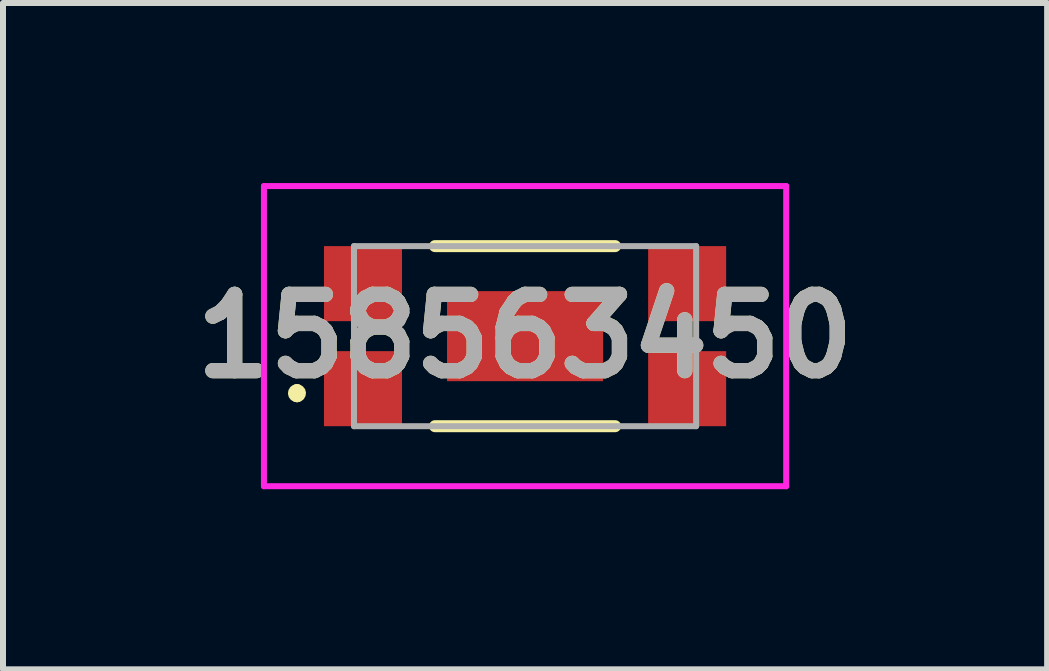
<source format=kicad_pcb>
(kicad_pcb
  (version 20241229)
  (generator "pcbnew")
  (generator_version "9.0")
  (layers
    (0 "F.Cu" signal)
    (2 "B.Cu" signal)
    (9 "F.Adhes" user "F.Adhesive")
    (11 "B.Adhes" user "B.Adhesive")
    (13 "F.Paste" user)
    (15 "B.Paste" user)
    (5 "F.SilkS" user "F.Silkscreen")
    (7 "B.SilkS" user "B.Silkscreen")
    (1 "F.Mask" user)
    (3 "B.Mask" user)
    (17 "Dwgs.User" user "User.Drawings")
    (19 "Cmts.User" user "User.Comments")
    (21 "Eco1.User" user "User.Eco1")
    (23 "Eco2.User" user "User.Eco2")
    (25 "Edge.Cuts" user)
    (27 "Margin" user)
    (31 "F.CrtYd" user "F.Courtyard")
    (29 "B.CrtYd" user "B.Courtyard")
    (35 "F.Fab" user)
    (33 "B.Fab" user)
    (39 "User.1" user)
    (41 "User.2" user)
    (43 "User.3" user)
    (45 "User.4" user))
  (footprint "158563450"
    (layer "F.Cu")
    (at 5.697 2.55)
    (property "Reference" "158563450" (at 0 0 0) (layer "F.SilkS") (effects (font (size 1.27 1.27) (thickness 0.254))))
    (attr smd)
    (fp_line (start -3.8 0.9) (end -3.8 0.9) (stroke (width 0.2) (type solid)) (layer "F.SilkS"))
    (fp_line (start -3.8 1) (end -3.8 1) (stroke (width 0.2) (type solid)) (layer "F.SilkS"))
    (fp_line (start -1.5 -1.5) (end 1.5 -1.5) (stroke (width 0.2) (type solid)) (layer "F.SilkS"))
    (fp_line (start -1.5 1.5) (end 1.5 1.5) (stroke (width 0.2) (type solid)) (layer "F.SilkS"))
    (fp_arc (start -3.8 0.9) (mid -3.75 0.95) (end -3.8 1) (stroke (width 0.2) (type solid)) (layer "F.SilkS"))
    (fp_arc (start -3.8 1) (mid -3.85 0.95) (end -3.8 0.9) (stroke (width 0.2) (type solid)) (layer "F.SilkS"))
    (fp_line (start -4.35 -2.5) (end 4.35 -2.5) (stroke (width 0.1) (type solid)) (layer "F.CrtYd"))
    (fp_line (start -4.35 2.5) (end -4.35 -2.5) (stroke (width 0.1) (type solid)) (layer "F.CrtYd"))
    (fp_line (start 4.35 -2.5) (end 4.35 2.5) (stroke (width 0.1) (type solid)) (layer "F.CrtYd"))
    (fp_line (start 4.35 2.5) (end -4.35 2.5) (stroke (width 0.1) (type solid)) (layer "F.CrtYd"))
    (fp_line (start -2.85 -1.5) (end 2.85 -1.5) (stroke (width 0.1) (type solid)) (layer "F.Fab"))
    (fp_line (start -2.85 1.5) (end -2.85 -1.5) (stroke (width 0.1) (type solid)) (layer "F.Fab"))
    (fp_line (start 2.85 -1.5) (end 2.85 1.5) (stroke (width 0.1) (type solid)) (layer "F.Fab"))
    (fp_line (start 2.85 1.5) (end -2.85 1.5) (stroke (width 0.1) (type solid)) (layer "F.Fab"))
    (fp_text user "${REFERENCE}" (at 0 0 0) (layer "F.Fab") (effects (font (size 1.27 1.27) (thickness 0.254))))
    (pad "1" smd rect (at -2.7 0.875 90) (size 1.25 1.3) (layers "F.Cu" "F.Mask" "F.Paste"))
    (pad "2" smd rect (at 2.7 0.875 90) (size 1.25 1.3) (layers "F.Cu" "F.Mask" "F.Paste"))
    (pad "3" smd rect (at 2.7 -0.875 90) (size 1.25 1.3) (layers "F.Cu" "F.Mask" "F.Paste"))
    (pad "4" smd rect (at -2.7 -0.875 90) (size 1.25 1.3) (layers "F.Cu" "F.Mask" "F.Paste"))
    (pad "5" smd rect (at 0 0 90) (size 1.5 2.6) (layers "F.Cu" "F.Mask" "F.Paste")))
  (gr_rect
    (start -3 -3)
    (end 14.394 8.1)
    (stroke (width 0.1) (type default))
    (fill no)
    (layer "Edge.Cuts")))
</source>
